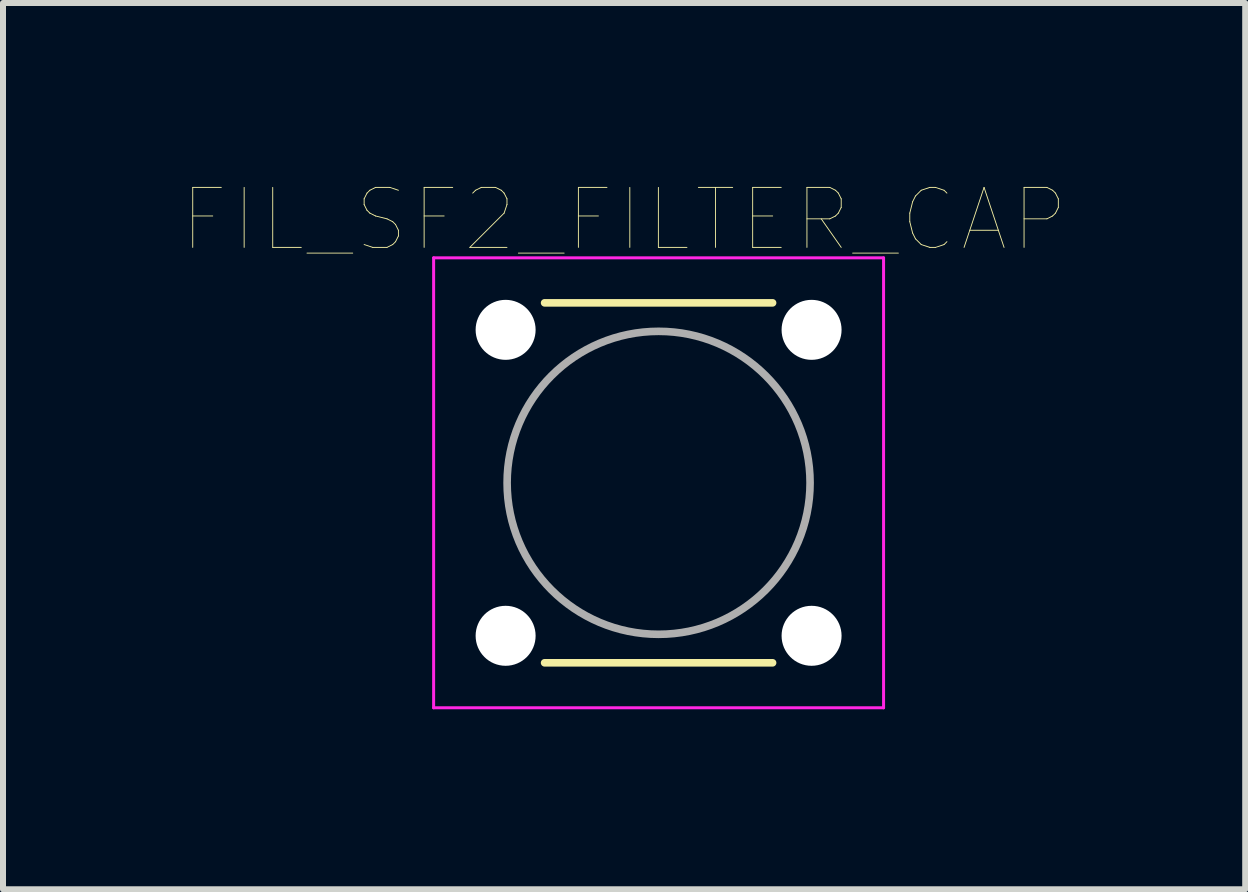
<source format=kicad_pcb>
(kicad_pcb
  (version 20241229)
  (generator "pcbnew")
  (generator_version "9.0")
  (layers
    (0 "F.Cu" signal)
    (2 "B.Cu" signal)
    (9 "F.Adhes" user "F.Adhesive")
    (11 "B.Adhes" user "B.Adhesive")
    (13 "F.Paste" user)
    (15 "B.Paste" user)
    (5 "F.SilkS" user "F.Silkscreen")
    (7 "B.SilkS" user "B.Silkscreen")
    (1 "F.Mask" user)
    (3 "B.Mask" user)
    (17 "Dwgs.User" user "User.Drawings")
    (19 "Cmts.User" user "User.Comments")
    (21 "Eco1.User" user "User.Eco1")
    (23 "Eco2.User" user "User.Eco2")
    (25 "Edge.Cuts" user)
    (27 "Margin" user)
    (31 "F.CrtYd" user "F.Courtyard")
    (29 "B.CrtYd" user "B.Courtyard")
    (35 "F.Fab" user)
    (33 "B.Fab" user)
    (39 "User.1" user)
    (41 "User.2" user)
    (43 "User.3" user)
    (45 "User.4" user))
  (footprint "FIL_SF2_FILTER_CAP"
    (layer "F.Cu")
    (at 7.928 4.998)
    (property "Reference" "FIL_SF2_FILTER_CAP" (at -0.575 -4.386 0) (layer "F.SilkS") (effects (font (size 1 1) (thickness 0.015))))
    (attr through_hole)
    (fp_line (start -1.9 -3) (end 1.9 -3) (stroke (width 0.127) (type solid)) (layer "F.SilkS"))
    (fp_line (start 1.9 3) (end -1.9 3) (stroke (width 0.127) (type solid)) (layer "F.SilkS"))
    (fp_line (start -3.75 -3.75) (end 3.75 -3.75) (stroke (width 0.05) (type solid)) (layer "F.CrtYd"))
    (fp_line (start -3.75 3.75) (end -3.75 -3.75) (stroke (width 0.05) (type solid)) (layer "F.CrtYd"))
    (fp_line (start 3.75 -3.75) (end 3.75 3.75) (stroke (width 0.05) (type solid)) (layer "F.CrtYd"))
    (fp_line (start 3.75 3.75) (end -3.75 3.75) (stroke (width 0.05) (type solid)) (layer "F.CrtYd"))
    (fp_circle (center 0 0) (end 2.525 0) (stroke (width 0.127) (type solid)) (fill no) (layer "F.Fab"))
    (pad "" np_thru_hole circle (at -2.55 -2.55) (size 1 1) (drill 1) (layers "*.Cu" "*.Mask"))
    (pad "" np_thru_hole circle (at -2.55 2.55) (size 1 1) (drill 1) (layers "*.Cu" "*.Mask"))
    (pad "" np_thru_hole circle (at 2.55 -2.55) (size 1 1) (drill 1) (layers "*.Cu" "*.Mask"))
    (pad "" np_thru_hole circle (at 2.55 2.55) (size 1 1) (drill 1) (layers "*.Cu" "*.Mask")))
  (gr_rect
    (start -3 -3)
    (end 17.706 11.773)
    (stroke (width 0.1) (type default))
    (fill no)
    (layer "Edge.Cuts")))
</source>
